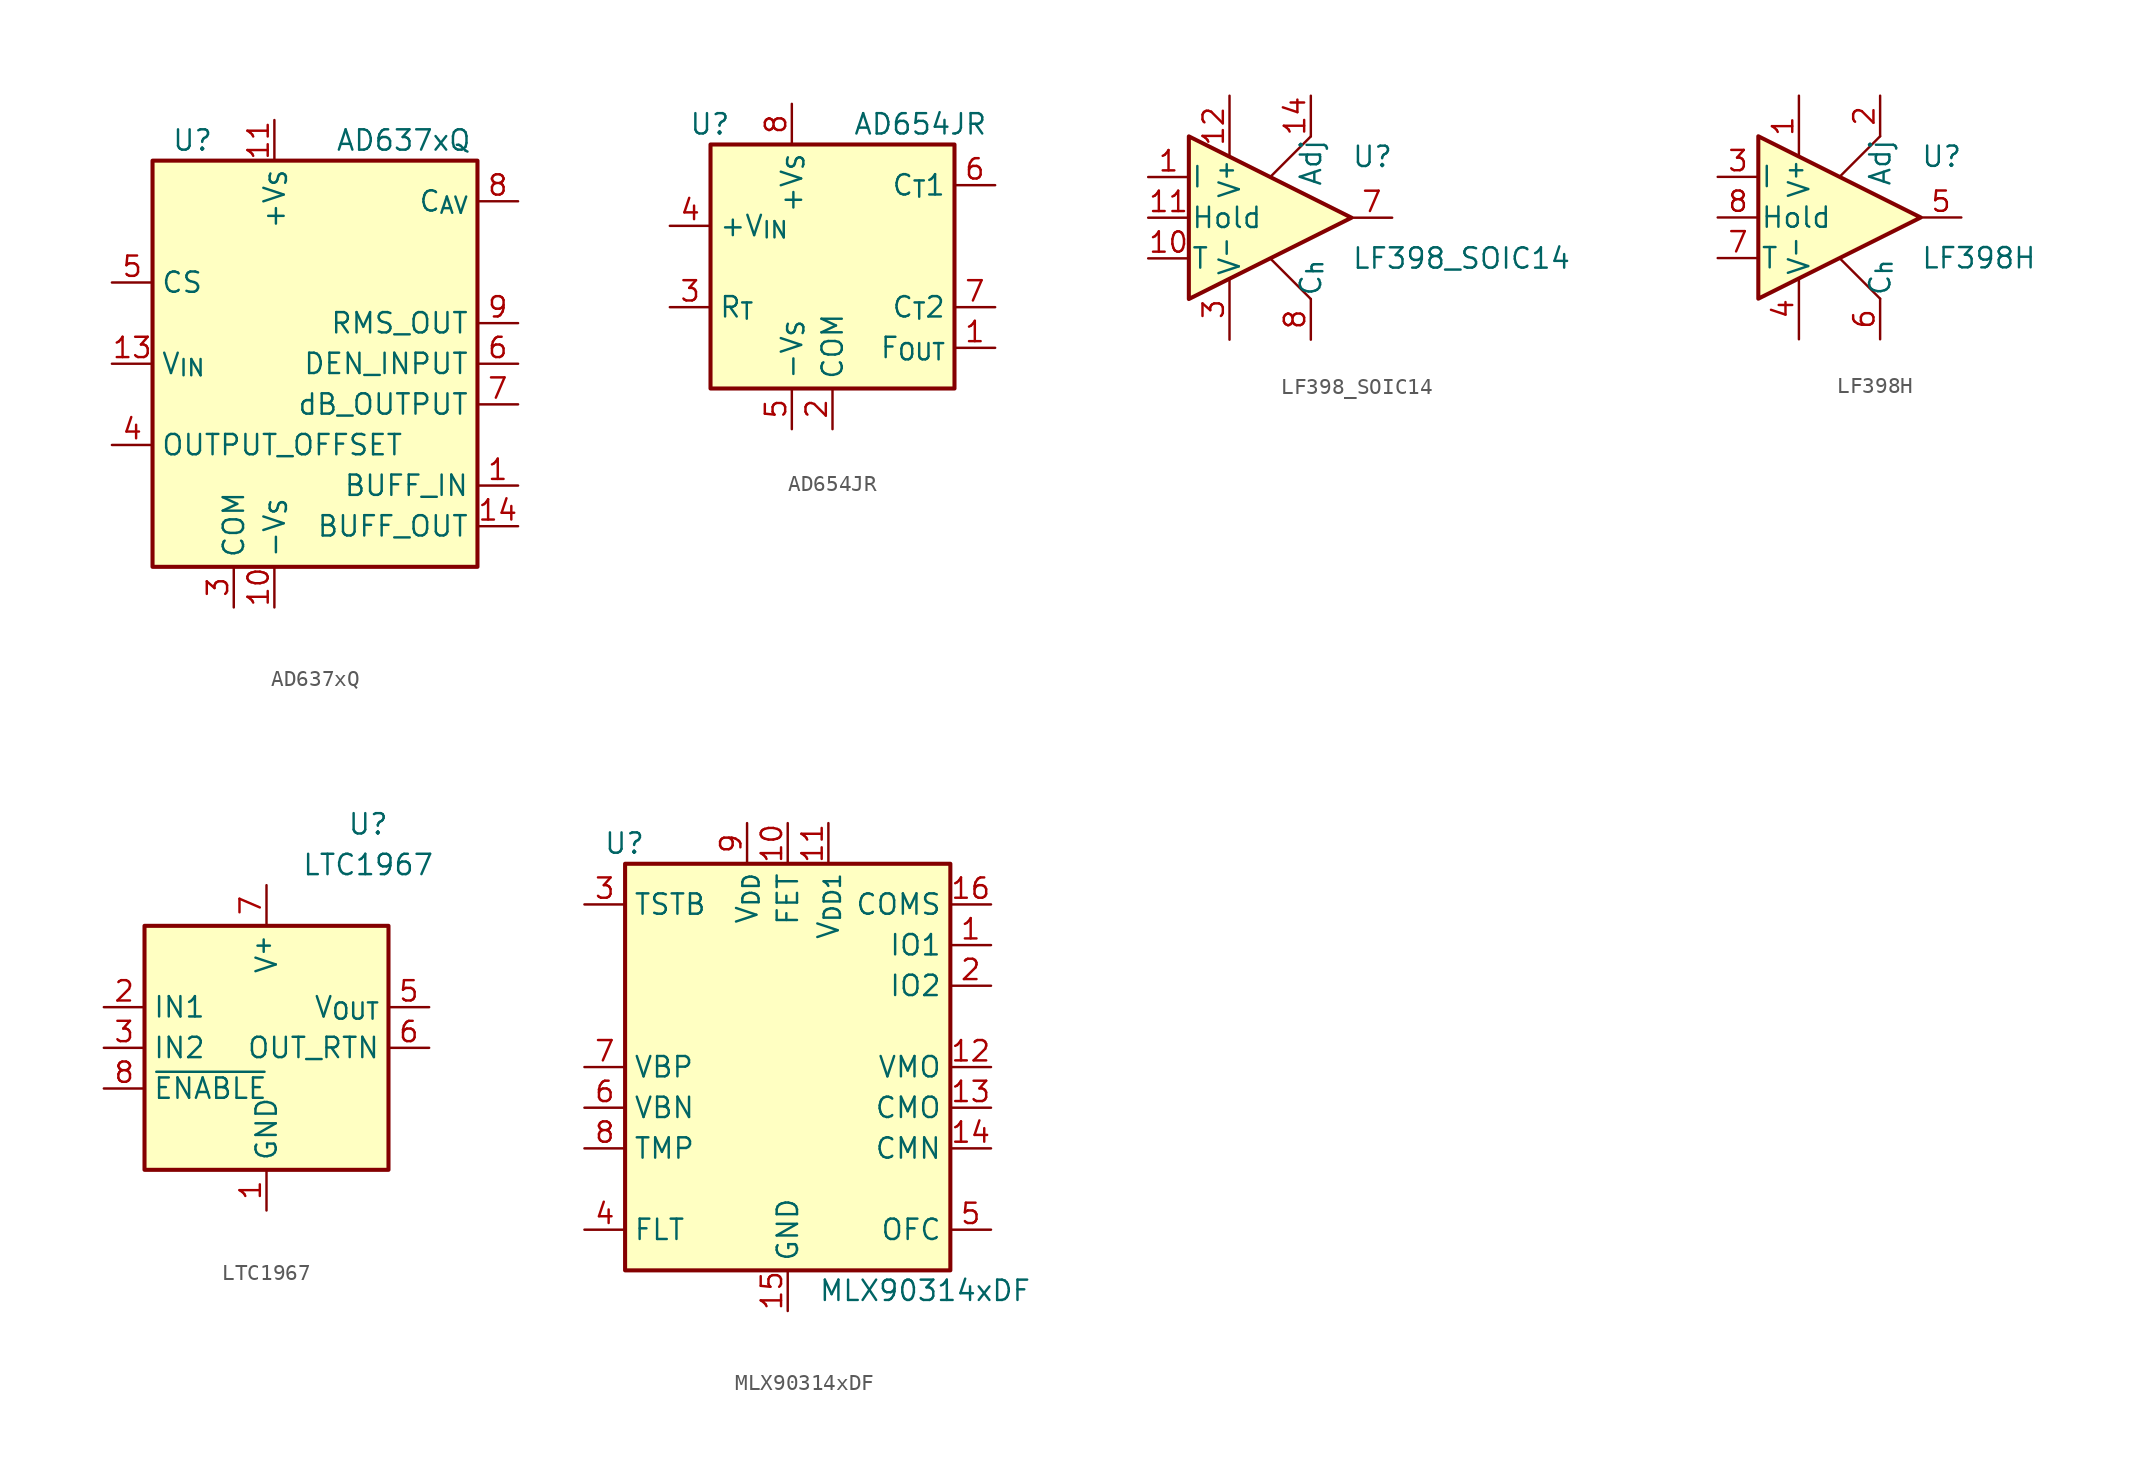
<source format=kicad_sym>
(kicad_symbol_lib
  (version 20231120)
  (generator "kicad_symbol_editor")
  (generator_version "8.0")
  (symbol "AD637xQ"
    (property "Reference" "U"
      (at -6.35 13.97 0)
      (effects (font (size 1.27 1.27)) (justify right)))
    (property "Value" "AD637xQ"
      (at 1.27 13.97 0)
      (effects (font (size 1.27 1.27)) (justify left)))
    (symbol "AD637xQ_0_1"
      (rectangle (start -10.16 12.7) (end 10.16 -12.7) (stroke (width 0.254) (type default)) (fill (type background))))
    (symbol "AD637xQ_1_1"
      (pin input line (at 12.7 -7.62 180) (length 2.54) (name "BUFF_IN" (effects (font (size 1.27 1.27)))) (number "1" (effects (font (size 1.27 1.27)))))
      (pin power_in line (at -2.54 -15.24 90) (length 2.54) (name "-V_{S}" (effects (font (size 1.27 1.27)))) (number "10" (effects (font (size 1.27 1.27)))))
      (pin power_in line (at -2.54 15.24 270) (length 2.54) (name "+V_{S}" (effects (font (size 1.27 1.27)))) (number "11" (effects (font (size 1.27 1.27)))))
      (pin no_connect line (at -10.16 -7.62 0) (length 2.54) hide (name "NIC" (effects (font (size 1.27 1.27)))) (number "12" (effects (font (size 1.27 1.27)))))
      (pin input line (at -12.7 0 0) (length 2.54) (name "V_{IN}" (effects (font (size 1.27 1.27)))) (number "13" (effects (font (size 1.27 1.27)))))
      (pin output line (at 12.7 -10.16 180) (length 2.54) (name "BUFF_OUT" (effects (font (size 1.27 1.27)))) (number "14" (effects (font (size 1.27 1.27)))))
      (pin no_connect line (at -10.16 7.62 0) (length 2.54) hide (name "NIC" (effects (font (size 1.27 1.27)))) (number "2" (effects (font (size 1.27 1.27)))))
      (pin power_in line (at -5.08 -15.24 90) (length 2.54) (name "COM" (effects (font (size 1.27 1.27)))) (number "3" (effects (font (size 1.27 1.27)))))
      (pin input line (at -12.7 -5.08 0) (length 2.54) (name "OUTPUT_OFFSET" (effects (font (size 1.27 1.27)))) (number "4" (effects (font (size 1.27 1.27)))))
      (pin input line (at -12.7 5.08 0) (length 2.54) (name "CS" (effects (font (size 1.27 1.27)))) (number "5" (effects (font (size 1.27 1.27)))))
      (pin input line (at 12.7 0 180) (length 2.54) (name "DEN_INPUT" (effects (font (size 1.27 1.27)))) (number "6" (effects (font (size 1.27 1.27)))))
      (pin passive line (at 12.7 -2.54 180) (length 2.54) (name "dB_OUTPUT" (effects (font (size 1.27 1.27)))) (number "7" (effects (font (size 1.27 1.27)))))
      (pin passive line (at 12.7 10.16 180) (length 2.54) (name "C_{AV}" (effects (font (size 1.27 1.27)))) (number "8" (effects (font (size 1.27 1.27)))))
      (pin output line (at 12.7 2.54 180) (length 2.54) (name "RMS_OUT" (effects (font (size 1.27 1.27)))) (number "9" (effects (font (size 1.27 1.27)))))))
  (symbol "AD654JR"
    (property "Reference" "U"
      (at -6.35 8.89 0)
      (effects (font (size 1.27 1.27)) (justify right)))
    (property "Value" "AD654JR"
      (at 1.27 8.89 0)
      (effects (font (size 1.27 1.27)) (justify left)))
    (symbol "AD654JR_0_1"
      (rectangle (start -7.62 7.62) (end 7.62 -7.62) (stroke (width 0.254) (type default)) (fill (type background))))
    (symbol "AD654JR_1_1"
      (pin open_collector line (at 10.16 -5.08 180) (length 2.54) (name "F_{OUT}" (effects (font (size 1.27 1.27)))) (number "1" (effects (font (size 1.27 1.27)))))
      (pin power_in line (at 0 -10.16 90) (length 2.54) (name "COM" (effects (font (size 1.27 1.27)))) (number "2" (effects (font (size 1.27 1.27)))))
      (pin input line (at -10.16 -2.54 0) (length 2.54) (name "R_{T}" (effects (font (size 1.27 1.27)))) (number "3" (effects (font (size 1.27 1.27)))))
      (pin input line (at -10.16 2.54 0) (length 2.54) (name "+V_{IN}" (effects (font (size 1.27 1.27)))) (number "4" (effects (font (size 1.27 1.27)))))
      (pin power_in line (at -2.54 -10.16 90) (length 2.54) (name "-V_{S}" (effects (font (size 1.27 1.27)))) (number "5" (effects (font (size 1.27 1.27)))))
      (pin passive line (at 10.16 5.08 180) (length 2.54) (name "C_{T}1" (effects (font (size 1.27 1.27)))) (number "6" (effects (font (size 1.27 1.27)))))
      (pin passive line (at 10.16 -2.54 180) (length 2.54) (name "C_{T}2" (effects (font (size 1.27 1.27)))) (number "7" (effects (font (size 1.27 1.27)))))
      (pin power_in line (at -2.54 10.16 270) (length 2.54) (name "+V_{S}" (effects (font (size 1.27 1.27)))) (number "8" (effects (font (size 1.27 1.27)))))))
  (symbol "LF398_SOIC14"
    (pin_names
      (offset 0.127))
    (property "Reference" "U"
      (at 5.08 3.81 0)
      (effects (font (size 1.27 1.27)) (justify left)))
    (property "Value" "LF398_SOIC14"
      (at 5.08 -2.54 0)
      (effects (font (size 1.27 1.27)) (justify left)))
    (symbol "LF398_SOIC14_0_1"
      (polyline (pts (xy 0 -2.54) (xy 2.54 -5.08)) (stroke (width 0) (type default)) (fill (type none)))
      (polyline (pts (xy 2.54 5.08) (xy 0 2.54)) (stroke (width 0) (type default)) (fill (type none)))
      (polyline (pts (xy -5.08 5.08) (xy 5.08 0) (xy -5.08 -5.08) (xy -5.08 5.08)) (stroke (width 0.254) (type default)) (fill (type background))))
    (symbol "LF398_SOIC14_1_1"
      (pin input line (at -7.62 2.54 0) (length 2.54) (name "I" (effects (font (size 1.27 1.27)))) (number "1" (effects (font (size 1.27 1.27)))))
      (pin passive line (at -7.62 -2.54 0) (length 2.54) (name "T" (effects (font (size 1.27 1.27)))) (number "10" (effects (font (size 1.27 1.27)))))
      (pin input line (at -7.62 0 0) (length 2.54) (name "Hold" (effects (font (size 1.27 1.27)))) (number "11" (effects (font (size 1.27 1.27)))))
      (pin passive line (at -2.54 7.62 270) (length 3.81) (name "V^{+}" (effects (font (size 1.27 1.27)))) (number "12" (effects (font (size 1.27 1.27)))))
      (pin no_connect line (at 0 -2.54 90) (length 2.54) hide (name "NC" (effects (font (size 1.27 1.27)))) (number "13" (effects (font (size 1.27 1.27)))))
      (pin passive line (at 2.54 7.62 270) (length 2.54) (name "Adj" (effects (font (size 1.27 1.27)))) (number "14" (effects (font (size 1.27 1.27)))))
      (pin no_connect line (at -5.08 2.54 270) (length 2.54) hide (name "NC" (effects (font (size 1.27 1.27)))) (number "2" (effects (font (size 1.27 1.27)))))
      (pin passive line (at -2.54 -7.62 90) (length 3.81) (name "V^{-}" (effects (font (size 1.27 1.27)))) (number "3" (effects (font (size 1.27 1.27)))))
      (pin no_connect line (at -2.54 2.54 270) (length 2.54) hide (name "NC" (effects (font (size 1.27 1.27)))) (number "4" (effects (font (size 1.27 1.27)))))
      (pin no_connect line (at -5.08 -2.54 90) (length 2.54) hide (name "NC" (effects (font (size 1.27 1.27)))) (number "5" (effects (font (size 1.27 1.27)))))
      (pin no_connect line (at -2.54 -2.54 90) (length 2.54) hide (name "NC" (effects (font (size 1.27 1.27)))) (number "6" (effects (font (size 1.27 1.27)))))
      (pin output line (at 7.62 0 180) (length 2.54) (name "~" (effects (font (size 1.27 1.27)))) (number "7" (effects (font (size 1.27 1.27)))))
      (pin passive line (at 2.54 -7.62 90) (length 2.54) (name "C_{h}" (effects (font (size 1.27 1.27)))) (number "8" (effects (font (size 1.27 1.27)))))
      (pin no_connect line (at 0 2.54 270) (length 2.54) hide (name "NC" (effects (font (size 1.27 1.27)))) (number "9" (effects (font (size 1.27 1.27)))))))
  (symbol "LF398H"
    (pin_names
      (offset 0.127))
    (property "Reference" "U"
      (at 5.08 3.81 0)
      (effects (font (size 1.27 1.27)) (justify left)))
    (property "Value" "LF398H"
      (at 5.08 -2.54 0)
      (effects (font (size 1.27 1.27)) (justify left)))
    (symbol "LF398H_0_1"
      (polyline (pts (xy 0 -2.54) (xy 2.54 -5.08)) (stroke (width 0) (type default)) (fill (type none)))
      (polyline (pts (xy 2.54 5.08) (xy 0 2.54)) (stroke (width 0) (type default)) (fill (type none)))
      (polyline (pts (xy -5.08 5.08) (xy 5.08 0) (xy -5.08 -5.08) (xy -5.08 5.08)) (stroke (width 0.254) (type default)) (fill (type background))))
    (symbol "LF398H_1_1"
      (pin passive line (at -2.54 7.62 270) (length 3.81) (name "V^{+}" (effects (font (size 1.27 1.27)))) (number "1" (effects (font (size 1.27 1.27)))))
      (pin passive line (at 2.54 7.62 270) (length 2.54) (name "Adj" (effects (font (size 1.27 1.27)))) (number "2" (effects (font (size 1.27 1.27)))))
      (pin input line (at -7.62 2.54 0) (length 2.54) (name "I" (effects (font (size 1.27 1.27)))) (number "3" (effects (font (size 1.27 1.27)))))
      (pin passive line (at -2.54 -7.62 90) (length 3.81) (name "V^{-}" (effects (font (size 1.27 1.27)))) (number "4" (effects (font (size 1.27 1.27)))))
      (pin output line (at 7.62 0 180) (length 2.54) (name "~" (effects (font (size 1.27 1.27)))) (number "5" (effects (font (size 1.27 1.27)))))
      (pin passive line (at 2.54 -7.62 90) (length 2.54) (name "C_{h}" (effects (font (size 1.27 1.27)))) (number "6" (effects (font (size 1.27 1.27)))))
      (pin passive line (at -7.62 -2.54 0) (length 2.54) (name "T" (effects (font (size 1.27 1.27)))) (number "7" (effects (font (size 1.27 1.27)))))
      (pin input line (at -7.62 0 0) (length 2.54) (name "Hold" (effects (font (size 1.27 1.27)))) (number "8" (effects (font (size 1.27 1.27)))))))
  (symbol "LTC1967"
    (property "Reference" "U"
      (at 6.35 13.97 0)
      (effects (font (size 1.27 1.27))))
    (property "Value" "LTC1967"
      (at 6.35 11.43 0)
      (effects (font (size 1.27 1.27))))
    (symbol "LTC1967_0_0"
      (pin power_in line (at 0 -10.16 90) (length 2.54) (name "GND" (effects (font (size 1.27 1.27)))) (number "1" (effects (font (size 1.27 1.27)))))
      (pin input line (at -10.16 2.54 0) (length 2.54) (name "IN1" (effects (font (size 1.27 1.27)))) (number "2" (effects (font (size 1.27 1.27)))))
      (pin input line (at -10.16 0 0) (length 2.54) (name "IN2" (effects (font (size 1.27 1.27)))) (number "3" (effects (font (size 1.27 1.27)))))
      (pin input line (at 10.16 0 180) (length 2.54) (name "OUT_RTN" (effects (font (size 1.27 1.27)))) (number "6" (effects (font (size 1.27 1.27))))))
    (symbol "LTC1967_1_0"
      (pin no_connect line (at 2.54 -7.62 90) (length 2.54) hide (name "NC" (effects (font (size 1.27 1.27)))) (number "4" (effects (font (size 1.27 1.27)))))
      (pin output line (at 10.16 2.54 180) (length 2.54) (name "V_{OUT}" (effects (font (size 1.27 1.27)))) (number "5" (effects (font (size 1.27 1.27)))))
      (pin power_in line (at 0 10.16 270) (length 2.54) (name "V^{+}" (effects (font (size 1.27 1.27)))) (number "7" (effects (font (size 1.27 1.27)))))
      (pin passive line (at -10.16 -2.54 0) (length 2.54) (name "~{ENABLE}" (effects (font (size 1.27 1.27)))) (number "8" (effects (font (size 1.27 1.27))))))
    (symbol "LTC1967_1_1"
      (rectangle (start -7.62 7.62) (end 7.62 -7.62) (stroke (width 0.254) (type default)) (fill (type background)))))
  (symbol "MLX90314xDF"
    (property "Reference" "U"
      (at -8.89 13.97 0)
      (effects (font (size 1.27 1.27)) (justify right)))
    (property "Value" "MLX90314xDF"
      (at 15.24 -13.97 0)
      (effects (font (size 1.27 1.27)) (justify right)))
    (symbol "MLX90314xDF_0_1"
      (rectangle (start -10.16 12.7) (end 10.16 -12.7) (stroke (width 0.254) (type default)) (fill (type background))))
    (symbol "MLX90314xDF_1_1"
      (pin bidirectional line (at 12.7 7.62 180) (length 2.54) (name "IO1" (effects (font (size 1.27 1.27)))) (number "1" (effects (font (size 1.27 1.27)))))
      (pin output line (at 0 15.24 270) (length 2.54) (name "FET" (effects (font (size 1.27 1.27)))) (number "10" (effects (font (size 1.27 1.27)))))
      (pin power_in line (at 2.54 15.24 270) (length 2.54) (name "V_{DD1}" (effects (font (size 1.27 1.27)))) (number "11" (effects (font (size 1.27 1.27)))))
      (pin output line (at 12.7 0 180) (length 2.54) (name "VMO" (effects (font (size 1.27 1.27)))) (number "12" (effects (font (size 1.27 1.27)))))
      (pin output line (at 12.7 -2.54 180) (length 2.54) (name "CMO" (effects (font (size 1.27 1.27)))) (number "13" (effects (font (size 1.27 1.27)))))
      (pin input line (at 12.7 -5.08 180) (length 2.54) (name "CMN" (effects (font (size 1.27 1.27)))) (number "14" (effects (font (size 1.27 1.27)))))
      (pin power_in line (at 0 -15.24 90) (length 2.54) (name "GND" (effects (font (size 1.27 1.27)))) (number "15" (effects (font (size 1.27 1.27)))))
      (pin bidirectional line (at 12.7 10.16 180) (length 2.54) (name "COMS" (effects (font (size 1.27 1.27)))) (number "16" (effects (font (size 1.27 1.27)))))
      (pin bidirectional line (at 12.7 5.08 180) (length 2.54) (name "IO2" (effects (font (size 1.27 1.27)))) (number "2" (effects (font (size 1.27 1.27)))))
      (pin input line (at -12.7 10.16 0) (length 2.54) (name "TSTB" (effects (font (size 1.27 1.27)))) (number "3" (effects (font (size 1.27 1.27)))))
      (pin passive line (at -12.7 -10.16 0) (length 2.54) (name "FLT" (effects (font (size 1.27 1.27)))) (number "4" (effects (font (size 1.27 1.27)))))
      (pin output line (at 12.7 -10.16 180) (length 2.54) (name "OFC" (effects (font (size 1.27 1.27)))) (number "5" (effects (font (size 1.27 1.27)))))
      (pin input line (at -12.7 -2.54 0) (length 2.54) (name "VBN" (effects (font (size 1.27 1.27)))) (number "6" (effects (font (size 1.27 1.27)))))
      (pin input line (at -12.7 0 0) (length 2.54) (name "VBP" (effects (font (size 1.27 1.27)))) (number "7" (effects (font (size 1.27 1.27)))))
      (pin input line (at -12.7 -5.08 0) (length 2.54) (name "TMP" (effects (font (size 1.27 1.27)))) (number "8" (effects (font (size 1.27 1.27)))))
      (pin power_in line (at -2.54 15.24 270) (length 2.54) (name "V_{DD}" (effects (font (size 1.27 1.27)))) (number "9" (effects (font (size 1.27 1.27))))))))
</source>
